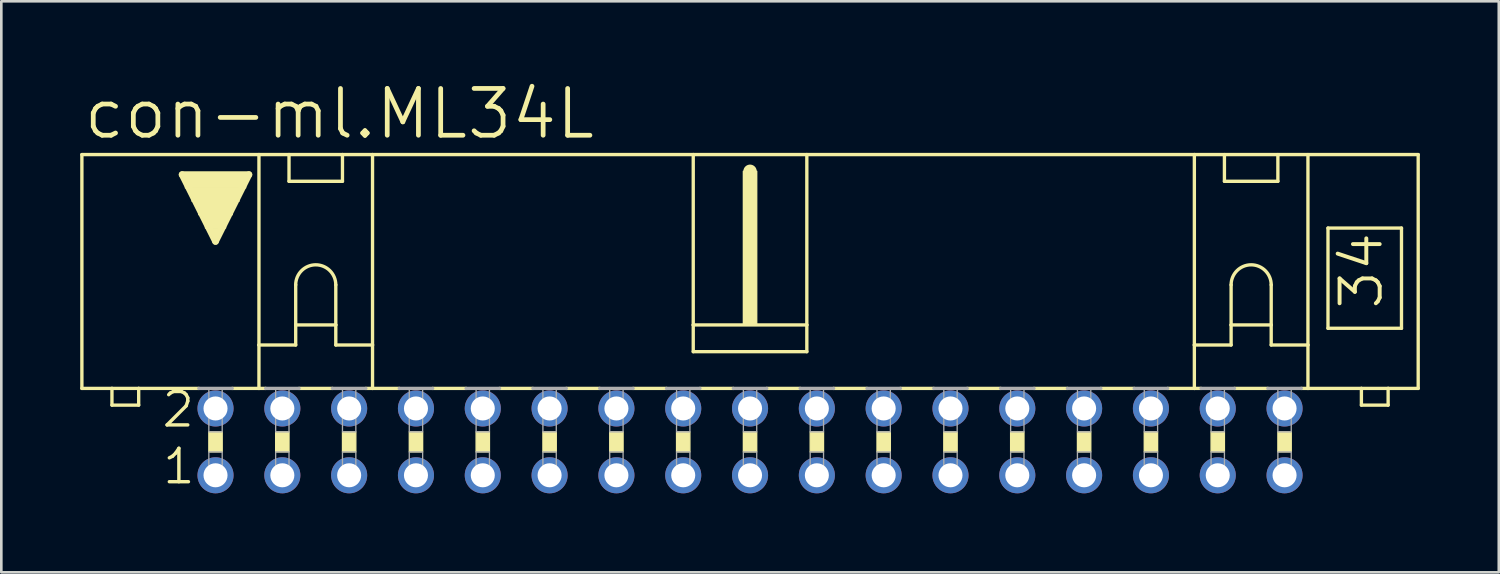
<source format=kicad_pcb>
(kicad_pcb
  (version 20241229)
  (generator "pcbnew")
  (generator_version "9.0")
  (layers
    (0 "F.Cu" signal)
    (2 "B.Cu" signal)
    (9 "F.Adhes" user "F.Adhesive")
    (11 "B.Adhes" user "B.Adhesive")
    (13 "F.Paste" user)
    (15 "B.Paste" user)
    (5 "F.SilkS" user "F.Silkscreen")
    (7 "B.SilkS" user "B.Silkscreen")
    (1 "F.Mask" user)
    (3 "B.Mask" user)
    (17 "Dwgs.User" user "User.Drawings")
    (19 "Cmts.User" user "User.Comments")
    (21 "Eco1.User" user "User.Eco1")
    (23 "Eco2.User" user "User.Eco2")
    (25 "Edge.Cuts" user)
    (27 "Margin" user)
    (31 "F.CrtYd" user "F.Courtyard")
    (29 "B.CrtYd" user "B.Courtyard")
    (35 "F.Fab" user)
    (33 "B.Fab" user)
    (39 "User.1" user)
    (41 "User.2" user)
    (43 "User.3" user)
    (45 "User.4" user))
  (footprint "con-ml.ML34L"
    (layer "F.Cu")
    (at 25.463 13.748)
    (property "Reference" "con-ml.ML34L" (at -25.425 -11.43 0) (layer "F.SilkS") (effects (font (size 1.778 1.778) (thickness 0.18)) (justify left bottom)))
    (attr through_hole)
    (fp_line (start -25.4 -2.032) (end -25.4 -10.922) (stroke (width 0.127) (type default)) (layer "F.SilkS"))
    (fp_line (start -25.4 -2.032) (end -24.257 -2.032) (stroke (width 0.127) (type default)) (layer "F.SilkS"))
    (fp_line (start -24.257 -2.032) (end -24.257 -1.397) (stroke (width 0.127) (type default)) (layer "F.SilkS"))
    (fp_line (start -24.257 -2.032) (end -23.241 -2.032) (stroke (width 0.127) (type default)) (layer "F.SilkS"))
    (fp_line (start -23.241 -2.032) (end -20.955 -2.032) (stroke (width 0.127) (type default)) (layer "F.SilkS"))
    (fp_line (start -23.241 -1.397) (end -24.257 -1.397) (stroke (width 0.127) (type default)) (layer "F.SilkS"))
    (fp_line (start -23.241 -1.397) (end -23.241 -2.032) (stroke (width 0.127) (type default)) (layer "F.SilkS"))
    (fp_line (start -21.59 -10.16) (end -19.05 -10.16) (stroke (width 0.254) (type default)) (layer "F.SilkS"))
    (fp_line (start -20.32 -7.62) (end -21.59 -10.16) (stroke (width 0.254) (type default)) (layer "F.SilkS"))
    (fp_line (start -19.685 -2.032) (end -18.669 -2.032) (stroke (width 0.127) (type default)) (layer "F.SilkS"))
    (fp_line (start -19.05 -10.16) (end -20.32 -7.62) (stroke (width 0.254) (type default)) (layer "F.SilkS"))
    (fp_line (start -18.669 -10.922) (end -25.4 -10.922) (stroke (width 0.127) (type default)) (layer "F.SilkS"))
    (fp_line (start -18.669 -10.922) (end -17.526 -10.922) (stroke (width 0.127) (type default)) (layer "F.SilkS"))
    (fp_line (start -18.669 -3.683) (end -18.669 -10.922) (stroke (width 0.127) (type default)) (layer "F.SilkS"))
    (fp_line (start -18.669 -3.683) (end -18.669 -2.032) (stroke (width 0.127) (type default)) (layer "F.SilkS"))
    (fp_line (start -18.669 -3.683) (end -17.272 -3.683) (stroke (width 0.127) (type default)) (layer "F.SilkS"))
    (fp_line (start -18.669 -2.032) (end -18.415 -2.032) (stroke (width 0.127) (type default)) (layer "F.SilkS"))
    (fp_line (start -17.526 -10.922) (end -15.494 -10.922) (stroke (width 0.127) (type default)) (layer "F.SilkS"))
    (fp_line (start -17.526 -9.906) (end -17.526 -10.922) (stroke (width 0.127) (type default)) (layer "F.SilkS"))
    (fp_line (start -17.526 -9.906) (end -15.494 -9.906) (stroke (width 0.127) (type default)) (layer "F.SilkS"))
    (fp_line (start -17.272 -5.969) (end -17.272 -4.445) (stroke (width 0.127) (type default)) (layer "F.SilkS"))
    (fp_line (start -17.272 -4.445) (end -17.272 -3.683) (stroke (width 0.127) (type default)) (layer "F.SilkS"))
    (fp_line (start -17.272 -4.445) (end -15.748 -4.445) (stroke (width 0.127) (type default)) (layer "F.SilkS"))
    (fp_line (start -17.145 -2.032) (end -15.875 -2.032) (stroke (width 0.127) (type default)) (layer "F.SilkS"))
    (fp_line (start -15.748 -5.969) (end -15.748 -4.445) (stroke (width 0.127) (type default)) (layer "F.SilkS"))
    (fp_line (start -15.748 -4.445) (end -15.748 -3.683) (stroke (width 0.127) (type default)) (layer "F.SilkS"))
    (fp_line (start -15.748 -3.683) (end -14.351 -3.683) (stroke (width 0.127) (type default)) (layer "F.SilkS"))
    (fp_line (start -15.494 -10.922) (end -15.494 -9.906) (stroke (width 0.127) (type default)) (layer "F.SilkS"))
    (fp_line (start -15.494 -10.922) (end -14.351 -10.922) (stroke (width 0.127) (type default)) (layer "F.SilkS"))
    (fp_line (start -14.351 -10.922) (end -2.159 -10.922) (stroke (width 0.127) (type default)) (layer "F.SilkS"))
    (fp_line (start -14.351 -3.683) (end -14.351 -10.922) (stroke (width 0.127) (type default)) (layer "F.SilkS"))
    (fp_line (start -14.351 -3.683) (end -14.351 -2.032) (stroke (width 0.127) (type default)) (layer "F.SilkS"))
    (fp_line (start -14.351 -2.032) (end -14.605 -2.032) (stroke (width 0.127) (type default)) (layer "F.SilkS"))
    (fp_line (start -14.351 -2.032) (end -13.335 -2.032) (stroke (width 0.127) (type default)) (layer "F.SilkS"))
    (fp_line (start -12.065 -2.032) (end -10.795 -2.032) (stroke (width 0.127) (type default)) (layer "F.SilkS"))
    (fp_line (start -9.525 -2.032) (end -8.255 -2.032) (stroke (width 0.127) (type default)) (layer "F.SilkS"))
    (fp_line (start -6.985 -2.032) (end -5.715 -2.032) (stroke (width 0.127) (type default)) (layer "F.SilkS"))
    (fp_line (start -4.445 -2.032) (end -3.175 -2.032) (stroke (width 0.127) (type default)) (layer "F.SilkS"))
    (fp_line (start -2.159 -10.922) (end -2.159 -4.445) (stroke (width 0.127) (type default)) (layer "F.SilkS"))
    (fp_line (start -2.159 -10.922) (end 2.159 -10.922) (stroke (width 0.127) (type default)) (layer "F.SilkS"))
    (fp_line (start -2.159 -4.445) (end -2.159 -3.429) (stroke (width 0.127) (type default)) (layer "F.SilkS"))
    (fp_line (start -1.905 -2.032) (end -0.635 -2.032) (stroke (width 0.127) (type default)) (layer "F.SilkS"))
    (fp_line (start 0 -10.033) (end 0 -10.287) (stroke (width 0.508) (type default)) (layer "F.SilkS"))
    (fp_line (start 0.635 -2.032) (end 1.905 -2.032) (stroke (width 0.127) (type default)) (layer "F.SilkS"))
    (fp_line (start 2.159 -10.922) (end 2.159 -4.445) (stroke (width 0.127) (type default)) (layer "F.SilkS"))
    (fp_line (start 2.159 -10.922) (end 16.891 -10.922) (stroke (width 0.127) (type default)) (layer "F.SilkS"))
    (fp_line (start 2.159 -4.445) (end -2.159 -4.445) (stroke (width 0.127) (type default)) (layer "F.SilkS"))
    (fp_line (start 2.159 -4.445) (end 2.159 -3.429) (stroke (width 0.127) (type default)) (layer "F.SilkS"))
    (fp_line (start 2.159 -3.429) (end -2.159 -3.429) (stroke (width 0.127) (type default)) (layer "F.SilkS"))
    (fp_line (start 3.175 -2.032) (end 4.445 -2.032) (stroke (width 0.127) (type default)) (layer "F.SilkS"))
    (fp_line (start 5.715 -2.032) (end 6.985 -2.032) (stroke (width 0.127) (type default)) (layer "F.SilkS"))
    (fp_line (start 8.255 -2.032) (end 9.525 -2.032) (stroke (width 0.127) (type default)) (layer "F.SilkS"))
    (fp_line (start 10.795 -2.032) (end 12.065 -2.032) (stroke (width 0.127) (type default)) (layer "F.SilkS"))
    (fp_line (start 13.335 -2.032) (end 14.605 -2.032) (stroke (width 0.127) (type default)) (layer "F.SilkS"))
    (fp_line (start 15.875 -2.032) (end 16.891 -2.032) (stroke (width 0.127) (type default)) (layer "F.SilkS"))
    (fp_line (start 16.891 -10.922) (end 25.4 -10.922) (stroke (width 0.127) (type default)) (layer "F.SilkS"))
    (fp_line (start 16.891 -3.683) (end 16.891 -10.922) (stroke (width 0.127) (type default)) (layer "F.SilkS"))
    (fp_line (start 16.891 -3.683) (end 16.891 -2.032) (stroke (width 0.127) (type default)) (layer "F.SilkS"))
    (fp_line (start 16.891 -3.683) (end 18.288 -3.683) (stroke (width 0.127) (type default)) (layer "F.SilkS"))
    (fp_line (start 16.891 -2.032) (end 17.145 -2.032) (stroke (width 0.127) (type default)) (layer "F.SilkS"))
    (fp_line (start 18.034 -9.906) (end 18.034 -10.922) (stroke (width 0.127) (type default)) (layer "F.SilkS"))
    (fp_line (start 18.034 -9.906) (end 20.066 -9.906) (stroke (width 0.127) (type default)) (layer "F.SilkS"))
    (fp_line (start 18.288 -5.969) (end 18.288 -4.445) (stroke (width 0.127) (type default)) (layer "F.SilkS"))
    (fp_line (start 18.288 -4.445) (end 18.288 -3.683) (stroke (width 0.127) (type default)) (layer "F.SilkS"))
    (fp_line (start 18.288 -4.445) (end 19.812 -4.445) (stroke (width 0.127) (type default)) (layer "F.SilkS"))
    (fp_line (start 18.415 -2.032) (end 19.685 -2.032) (stroke (width 0.127) (type default)) (layer "F.SilkS"))
    (fp_line (start 19.812 -5.969) (end 19.812 -4.445) (stroke (width 0.127) (type default)) (layer "F.SilkS"))
    (fp_line (start 19.812 -4.445) (end 19.812 -3.683) (stroke (width 0.127) (type default)) (layer "F.SilkS"))
    (fp_line (start 19.812 -3.683) (end 21.209 -3.683) (stroke (width 0.127) (type default)) (layer "F.SilkS"))
    (fp_line (start 20.066 -10.922) (end 20.066 -9.906) (stroke (width 0.127) (type default)) (layer "F.SilkS"))
    (fp_line (start 21.209 -3.683) (end 21.209 -10.922) (stroke (width 0.127) (type default)) (layer "F.SilkS"))
    (fp_line (start 21.209 -3.683) (end 21.209 -2.032) (stroke (width 0.127) (type default)) (layer "F.SilkS"))
    (fp_line (start 21.209 -2.032) (end 20.955 -2.032) (stroke (width 0.127) (type default)) (layer "F.SilkS"))
    (fp_line (start 21.971 -8.128) (end 21.971 -4.318) (stroke (width 0.127) (type default)) (layer "F.SilkS"))
    (fp_line (start 21.971 -8.128) (end 24.765 -8.128) (stroke (width 0.127) (type default)) (layer "F.SilkS"))
    (fp_line (start 21.971 -4.318) (end 24.765 -4.318) (stroke (width 0.127) (type default)) (layer "F.SilkS"))
    (fp_line (start 23.241 -2.032) (end 21.209 -2.032) (stroke (width 0.127) (type default)) (layer "F.SilkS"))
    (fp_line (start 23.241 -2.032) (end 23.241 -1.397) (stroke (width 0.127) (type default)) (layer "F.SilkS"))
    (fp_line (start 24.257 -2.032) (end 23.241 -2.032) (stroke (width 0.127) (type default)) (layer "F.SilkS"))
    (fp_line (start 24.257 -1.397) (end 23.241 -1.397) (stroke (width 0.127) (type default)) (layer "F.SilkS"))
    (fp_line (start 24.257 -1.397) (end 24.257 -2.032) (stroke (width 0.127) (type default)) (layer "F.SilkS"))
    (fp_line (start 24.765 -4.318) (end 24.765 -8.128) (stroke (width 0.127) (type default)) (layer "F.SilkS"))
    (fp_line (start 25.4 -2.032) (end 24.257 -2.032) (stroke (width 0.127) (type default)) (layer "F.SilkS"))
    (fp_line (start 25.4 -2.032) (end 25.4 -10.922) (stroke (width 0.127) (type default)) (layer "F.SilkS"))
    (fp_rect (start -21.463 -9.652) (end -19.177 -10.16) (stroke (width 0.05) (type default)) (fill yes) (layer "F.SilkS"))
    (fp_rect (start -21.209 -9.144) (end -19.431 -9.652) (stroke (width 0.05) (type default)) (fill yes) (layer "F.SilkS"))
    (fp_rect (start -20.955 -8.636) (end -19.685 -9.144) (stroke (width 0.05) (type default)) (fill yes) (layer "F.SilkS"))
    (fp_rect (start -20.701 -8.128) (end -19.939 -8.636) (stroke (width 0.05) (type default)) (fill yes) (layer "F.SilkS"))
    (fp_rect (start -20.574 0.381) (end -20.066 -0.381) (stroke (width 0.05) (type default)) (fill yes) (layer "F.SilkS"))
    (fp_rect (start -20.447 -7.874) (end -20.193 -8.128) (stroke (width 0.05) (type default)) (fill yes) (layer "F.SilkS"))
    (fp_rect (start -18.034 0.381) (end -17.526 -0.381) (stroke (width 0.05) (type default)) (fill yes) (layer "F.SilkS"))
    (fp_rect (start -15.494 0.381) (end -14.986 -0.381) (stroke (width 0.05) (type default)) (fill yes) (layer "F.SilkS"))
    (fp_rect (start -12.954 0.381) (end -12.446 -0.381) (stroke (width 0.05) (type default)) (fill yes) (layer "F.SilkS"))
    (fp_rect (start -10.414 0.381) (end -9.906 -0.381) (stroke (width 0.05) (type default)) (fill yes) (layer "F.SilkS"))
    (fp_rect (start -7.874 0.381) (end -7.366 -0.381) (stroke (width 0.05) (type default)) (fill yes) (layer "F.SilkS"))
    (fp_rect (start -5.334 0.381) (end -4.826 -0.381) (stroke (width 0.05) (type default)) (fill yes) (layer "F.SilkS"))
    (fp_rect (start -2.794 0.381) (end -2.286 -0.381) (stroke (width 0.05) (type default)) (fill yes) (layer "F.SilkS"))
    (fp_rect (start -0.254 -4.445) (end 0.254 -10.287) (stroke (width 0.05) (type default)) (fill yes) (layer "F.SilkS"))
    (fp_rect (start -0.254 0.381) (end 0.254 -0.381) (stroke (width 0.05) (type default)) (fill yes) (layer "F.SilkS"))
    (fp_rect (start 2.286 0.381) (end 2.794 -0.381) (stroke (width 0.05) (type default)) (fill yes) (layer "F.SilkS"))
    (fp_rect (start 4.826 0.381) (end 5.334 -0.381) (stroke (width 0.05) (type default)) (fill yes) (layer "F.SilkS"))
    (fp_rect (start 7.366 0.381) (end 7.874 -0.381) (stroke (width 0.05) (type default)) (fill yes) (layer "F.SilkS"))
    (fp_rect (start 9.906 0.381) (end 10.414 -0.381) (stroke (width 0.05) (type default)) (fill yes) (layer "F.SilkS"))
    (fp_rect (start 12.446 0.381) (end 12.954 -0.381) (stroke (width 0.05) (type default)) (fill yes) (layer "F.SilkS"))
    (fp_rect (start 14.986 0.381) (end 15.494 -0.381) (stroke (width 0.05) (type default)) (fill yes) (layer "F.SilkS"))
    (fp_rect (start 17.526 0.381) (end 18.034 -0.381) (stroke (width 0.05) (type default)) (fill yes) (layer "F.SilkS"))
    (fp_rect (start 20.066 0.381) (end 20.574 -0.381) (stroke (width 0.05) (type default)) (fill yes) (layer "F.SilkS"))
    (fp_arc (start -17.272 -5.969) (mid -16.51 -6.731) (end -15.748 -5.969) (stroke (width 0.127) (type default)) (layer "F.SilkS"))
    (fp_arc (start 18.288 -5.969) (mid 19.05 -6.731) (end 19.812 -5.969) (stroke (width 0.127) (type default)) (layer "F.SilkS"))
    (fp_line (start -20.955 -2.032) (end -19.685 -2.032) (stroke (width 0.127) (type default)) (layer "F.Fab"))
    (fp_line (start -18.415 -2.032) (end -17.145 -2.032) (stroke (width 0.127) (type default)) (layer "F.Fab"))
    (fp_line (start -15.875 -2.032) (end -14.605 -2.032) (stroke (width 0.127) (type default)) (layer "F.Fab"))
    (fp_line (start -13.335 -2.032) (end -12.065 -2.032) (stroke (width 0.127) (type default)) (layer "F.Fab"))
    (fp_line (start -10.795 -2.032) (end -9.525 -2.032) (stroke (width 0.127) (type default)) (layer "F.Fab"))
    (fp_line (start -8.255 -2.032) (end -6.985 -2.032) (stroke (width 0.127) (type default)) (layer "F.Fab"))
    (fp_line (start -5.715 -2.032) (end -4.445 -2.032) (stroke (width 0.127) (type default)) (layer "F.Fab"))
    (fp_line (start -3.175 -2.032) (end -1.905 -2.032) (stroke (width 0.127) (type default)) (layer "F.Fab"))
    (fp_line (start -0.635 -2.032) (end 0.635 -2.032) (stroke (width 0.127) (type default)) (layer "F.Fab"))
    (fp_line (start 1.905 -2.032) (end 3.175 -2.032) (stroke (width 0.127) (type default)) (layer "F.Fab"))
    (fp_line (start 4.445 -2.032) (end 5.715 -2.032) (stroke (width 0.127) (type default)) (layer "F.Fab"))
    (fp_line (start 6.985 -2.032) (end 8.255 -2.032) (stroke (width 0.127) (type default)) (layer "F.Fab"))
    (fp_line (start 9.525 -2.032) (end 10.795 -2.032) (stroke (width 0.127) (type default)) (layer "F.Fab"))
    (fp_line (start 12.065 -2.032) (end 13.335 -2.032) (stroke (width 0.127) (type default)) (layer "F.Fab"))
    (fp_line (start 15.875 -2.032) (end 14.605 -2.032) (stroke (width 0.127) (type default)) (layer "F.Fab"))
    (fp_line (start 18.415 -2.032) (end 17.145 -2.032) (stroke (width 0.127) (type default)) (layer "F.Fab"))
    (fp_line (start 20.955 -2.032) (end 19.685 -2.032) (stroke (width 0.127) (type default)) (layer "F.Fab"))
    (fp_rect (start -20.574 -0.381) (end -20.066 -2.032) (stroke (width 0.05) (type default)) (fill no) (layer "F.Fab"))
    (fp_rect (start -20.574 1.524) (end -20.066 0.381) (stroke (width 0.05) (type default)) (fill no) (layer "F.Fab"))
    (fp_rect (start -18.034 -0.381) (end -17.526 -2.032) (stroke (width 0.05) (type default)) (fill no) (layer "F.Fab"))
    (fp_rect (start -18.034 1.524) (end -17.526 0.381) (stroke (width 0.05) (type default)) (fill no) (layer "F.Fab"))
    (fp_rect (start -15.494 -0.381) (end -14.986 -2.032) (stroke (width 0.05) (type default)) (fill no) (layer "F.Fab"))
    (fp_rect (start -15.494 1.524) (end -14.986 0.381) (stroke (width 0.05) (type default)) (fill no) (layer "F.Fab"))
    (fp_rect (start -12.954 -0.381) (end -12.446 -2.032) (stroke (width 0.05) (type default)) (fill no) (layer "F.Fab"))
    (fp_rect (start -12.954 1.524) (end -12.446 0.381) (stroke (width 0.05) (type default)) (fill no) (layer "F.Fab"))
    (fp_rect (start -10.414 -0.381) (end -9.906 -2.032) (stroke (width 0.05) (type default)) (fill no) (layer "F.Fab"))
    (fp_rect (start -10.414 1.524) (end -9.906 0.381) (stroke (width 0.05) (type default)) (fill no) (layer "F.Fab"))
    (fp_rect (start -7.874 -0.381) (end -7.366 -2.032) (stroke (width 0.05) (type default)) (fill no) (layer "F.Fab"))
    (fp_rect (start -7.874 1.524) (end -7.366 0.381) (stroke (width 0.05) (type default)) (fill no) (layer "F.Fab"))
    (fp_rect (start -5.334 -0.381) (end -4.826 -2.032) (stroke (width 0.05) (type default)) (fill no) (layer "F.Fab"))
    (fp_rect (start -5.334 1.524) (end -4.826 0.381) (stroke (width 0.05) (type default)) (fill no) (layer "F.Fab"))
    (fp_rect (start -2.794 -0.381) (end -2.286 -2.032) (stroke (width 0.05) (type default)) (fill no) (layer "F.Fab"))
    (fp_rect (start -2.794 1.524) (end -2.286 0.381) (stroke (width 0.05) (type default)) (fill no) (layer "F.Fab"))
    (fp_rect (start -0.254 -0.381) (end 0.254 -2.032) (stroke (width 0.05) (type default)) (fill no) (layer "F.Fab"))
    (fp_rect (start -0.254 1.524) (end 0.254 0.381) (stroke (width 0.05) (type default)) (fill no) (layer "F.Fab"))
    (fp_rect (start 2.286 -0.381) (end 2.794 -2.032) (stroke (width 0.05) (type default)) (fill no) (layer "F.Fab"))
    (fp_rect (start 2.286 1.524) (end 2.794 0.381) (stroke (width 0.05) (type default)) (fill no) (layer "F.Fab"))
    (fp_rect (start 4.826 -0.381) (end 5.334 -2.032) (stroke (width 0.05) (type default)) (fill no) (layer "F.Fab"))
    (fp_rect (start 4.826 1.524) (end 5.334 0.381) (stroke (width 0.05) (type default)) (fill no) (layer "F.Fab"))
    (fp_rect (start 7.366 -0.381) (end 7.874 -2.032) (stroke (width 0.05) (type default)) (fill no) (layer "F.Fab"))
    (fp_rect (start 7.366 1.524) (end 7.874 0.381) (stroke (width 0.05) (type default)) (fill no) (layer "F.Fab"))
    (fp_rect (start 9.906 -0.381) (end 10.414 -2.032) (stroke (width 0.05) (type default)) (fill no) (layer "F.Fab"))
    (fp_rect (start 9.906 1.524) (end 10.414 0.381) (stroke (width 0.05) (type default)) (fill no) (layer "F.Fab"))
    (fp_rect (start 12.446 -0.381) (end 12.954 -2.032) (stroke (width 0.05) (type default)) (fill no) (layer "F.Fab"))
    (fp_rect (start 12.446 1.524) (end 12.954 0.381) (stroke (width 0.05) (type default)) (fill no) (layer "F.Fab"))
    (fp_rect (start 14.986 -0.381) (end 15.494 -2.032) (stroke (width 0.05) (type default)) (fill no) (layer "F.Fab"))
    (fp_rect (start 14.986 1.524) (end 15.494 0.381) (stroke (width 0.05) (type default)) (fill no) (layer "F.Fab"))
    (fp_rect (start 17.526 -0.381) (end 18.034 -2.032) (stroke (width 0.05) (type default)) (fill no) (layer "F.Fab"))
    (fp_rect (start 17.526 1.524) (end 18.034 0.381) (stroke (width 0.05) (type default)) (fill no) (layer "F.Fab"))
    (fp_rect (start 20.066 -0.381) (end 20.574 -2.032) (stroke (width 0.05) (type default)) (fill no) (layer "F.Fab"))
    (fp_rect (start 20.066 1.524) (end 20.574 0.381) (stroke (width 0.05) (type default)) (fill no) (layer "F.Fab"))
    (fp_text user "2" (at -22.428 -0.483 0) (layer "F.SilkS") (effects (font (size 1.27 1.27) (thickness 0.13)) (justify left bottom)))
    (fp_text user "1" (at -22.403 1.676 0) (layer "F.SilkS") (effects (font (size 1.27 1.27) (thickness 0.13)) (justify left bottom)))
    (fp_text user "34" (at 24.13 -4.953 90) (layer "F.SilkS") (effects (font (size 1.524 1.524) (thickness 0.15)) (justify left bottom)))
    (pad "1" thru_hole circle (at -20.32 1.27) (size 1.372 1.372) (drill 0.914) (layers "*.Cu" "*.Mask"))
    (pad "2" thru_hole circle (at -20.32 -1.27) (size 1.372 1.372) (drill 0.914) (layers "*.Cu" "*.Mask"))
    (pad "3" thru_hole circle (at -17.78 1.27) (size 1.372 1.372) (drill 0.914) (layers "*.Cu" "*.Mask"))
    (pad "4" thru_hole circle (at -17.78 -1.27) (size 1.372 1.372) (drill 0.914) (layers "*.Cu" "*.Mask"))
    (pad "5" thru_hole circle (at -15.24 1.27) (size 1.372 1.372) (drill 0.914) (layers "*.Cu" "*.Mask"))
    (pad "6" thru_hole circle (at -15.24 -1.27) (size 1.372 1.372) (drill 0.914) (layers "*.Cu" "*.Mask"))
    (pad "7" thru_hole circle (at -12.7 1.27) (size 1.372 1.372) (drill 0.914) (layers "*.Cu" "*.Mask"))
    (pad "8" thru_hole circle (at -12.7 -1.27) (size 1.372 1.372) (drill 0.914) (layers "*.Cu" "*.Mask"))
    (pad "9" thru_hole circle (at -10.16 1.27) (size 1.372 1.372) (drill 0.914) (layers "*.Cu" "*.Mask"))
    (pad "10" thru_hole circle (at -10.16 -1.27) (size 1.372 1.372) (drill 0.914) (layers "*.Cu" "*.Mask"))
    (pad "11" thru_hole circle (at -7.62 1.27) (size 1.372 1.372) (drill 0.914) (layers "*.Cu" "*.Mask"))
    (pad "12" thru_hole circle (at -7.62 -1.27) (size 1.372 1.372) (drill 0.914) (layers "*.Cu" "*.Mask"))
    (pad "13" thru_hole circle (at -5.08 1.27) (size 1.372 1.372) (drill 0.914) (layers "*.Cu" "*.Mask"))
    (pad "14" thru_hole circle (at -5.08 -1.27) (size 1.372 1.372) (drill 0.914) (layers "*.Cu" "*.Mask"))
    (pad "15" thru_hole circle (at -2.54 1.27) (size 1.372 1.372) (drill 0.914) (layers "*.Cu" "*.Mask"))
    (pad "16" thru_hole circle (at -2.54 -1.27) (size 1.372 1.372) (drill 0.914) (layers "*.Cu" "*.Mask"))
    (pad "17" thru_hole circle (at 0 1.27) (size 1.372 1.372) (drill 0.914) (layers "*.Cu" "*.Mask"))
    (pad "18" thru_hole circle (at 0 -1.27) (size 1.372 1.372) (drill 0.914) (layers "*.Cu" "*.Mask"))
    (pad "19" thru_hole circle (at 2.54 1.27) (size 1.372 1.372) (drill 0.914) (layers "*.Cu" "*.Mask"))
    (pad "20" thru_hole circle (at 2.54 -1.27) (size 1.372 1.372) (drill 0.914) (layers "*.Cu" "*.Mask"))
    (pad "21" thru_hole circle (at 5.08 1.27) (size 1.372 1.372) (drill 0.914) (layers "*.Cu" "*.Mask"))
    (pad "22" thru_hole circle (at 5.08 -1.27) (size 1.372 1.372) (drill 0.914) (layers "*.Cu" "*.Mask"))
    (pad "23" thru_hole circle (at 7.62 1.27) (size 1.372 1.372) (drill 0.914) (layers "*.Cu" "*.Mask"))
    (pad "24" thru_hole circle (at 7.62 -1.27) (size 1.372 1.372) (drill 0.914) (layers "*.Cu" "*.Mask"))
    (pad "25" thru_hole circle (at 10.16 1.27) (size 1.372 1.372) (drill 0.914) (layers "*.Cu" "*.Mask"))
    (pad "26" thru_hole circle (at 10.16 -1.27) (size 1.372 1.372) (drill 0.914) (layers "*.Cu" "*.Mask"))
    (pad "27" thru_hole circle (at 12.7 1.27) (size 1.372 1.372) (drill 0.914) (layers "*.Cu" "*.Mask"))
    (pad "28" thru_hole circle (at 12.7 -1.27) (size 1.372 1.372) (drill 0.914) (layers "*.Cu" "*.Mask"))
    (pad "29" thru_hole circle (at 15.24 1.27) (size 1.372 1.372) (drill 0.914) (layers "*.Cu" "*.Mask"))
    (pad "30" thru_hole circle (at 15.24 -1.27) (size 1.372 1.372) (drill 0.914) (layers "*.Cu" "*.Mask"))
    (pad "31" thru_hole circle (at 17.78 1.27) (size 1.372 1.372) (drill 0.914) (layers "*.Cu" "*.Mask"))
    (pad "32" thru_hole circle (at 17.78 -1.27) (size 1.372 1.372) (drill 0.914) (layers "*.Cu" "*.Mask"))
    (pad "33" thru_hole circle (at 20.32 1.27) (size 1.372 1.372) (drill 0.914) (layers "*.Cu" "*.Mask"))
    (pad "34" thru_hole circle (at 20.32 -1.27) (size 1.372 1.372) (drill 0.914) (layers "*.Cu" "*.Mask")))
  (gr_rect
    (start -3 -3)
    (end 53.927 18.707)
    (stroke (width 0.1) (type default))
    (fill no)
    (layer "Edge.Cuts")))
</source>
